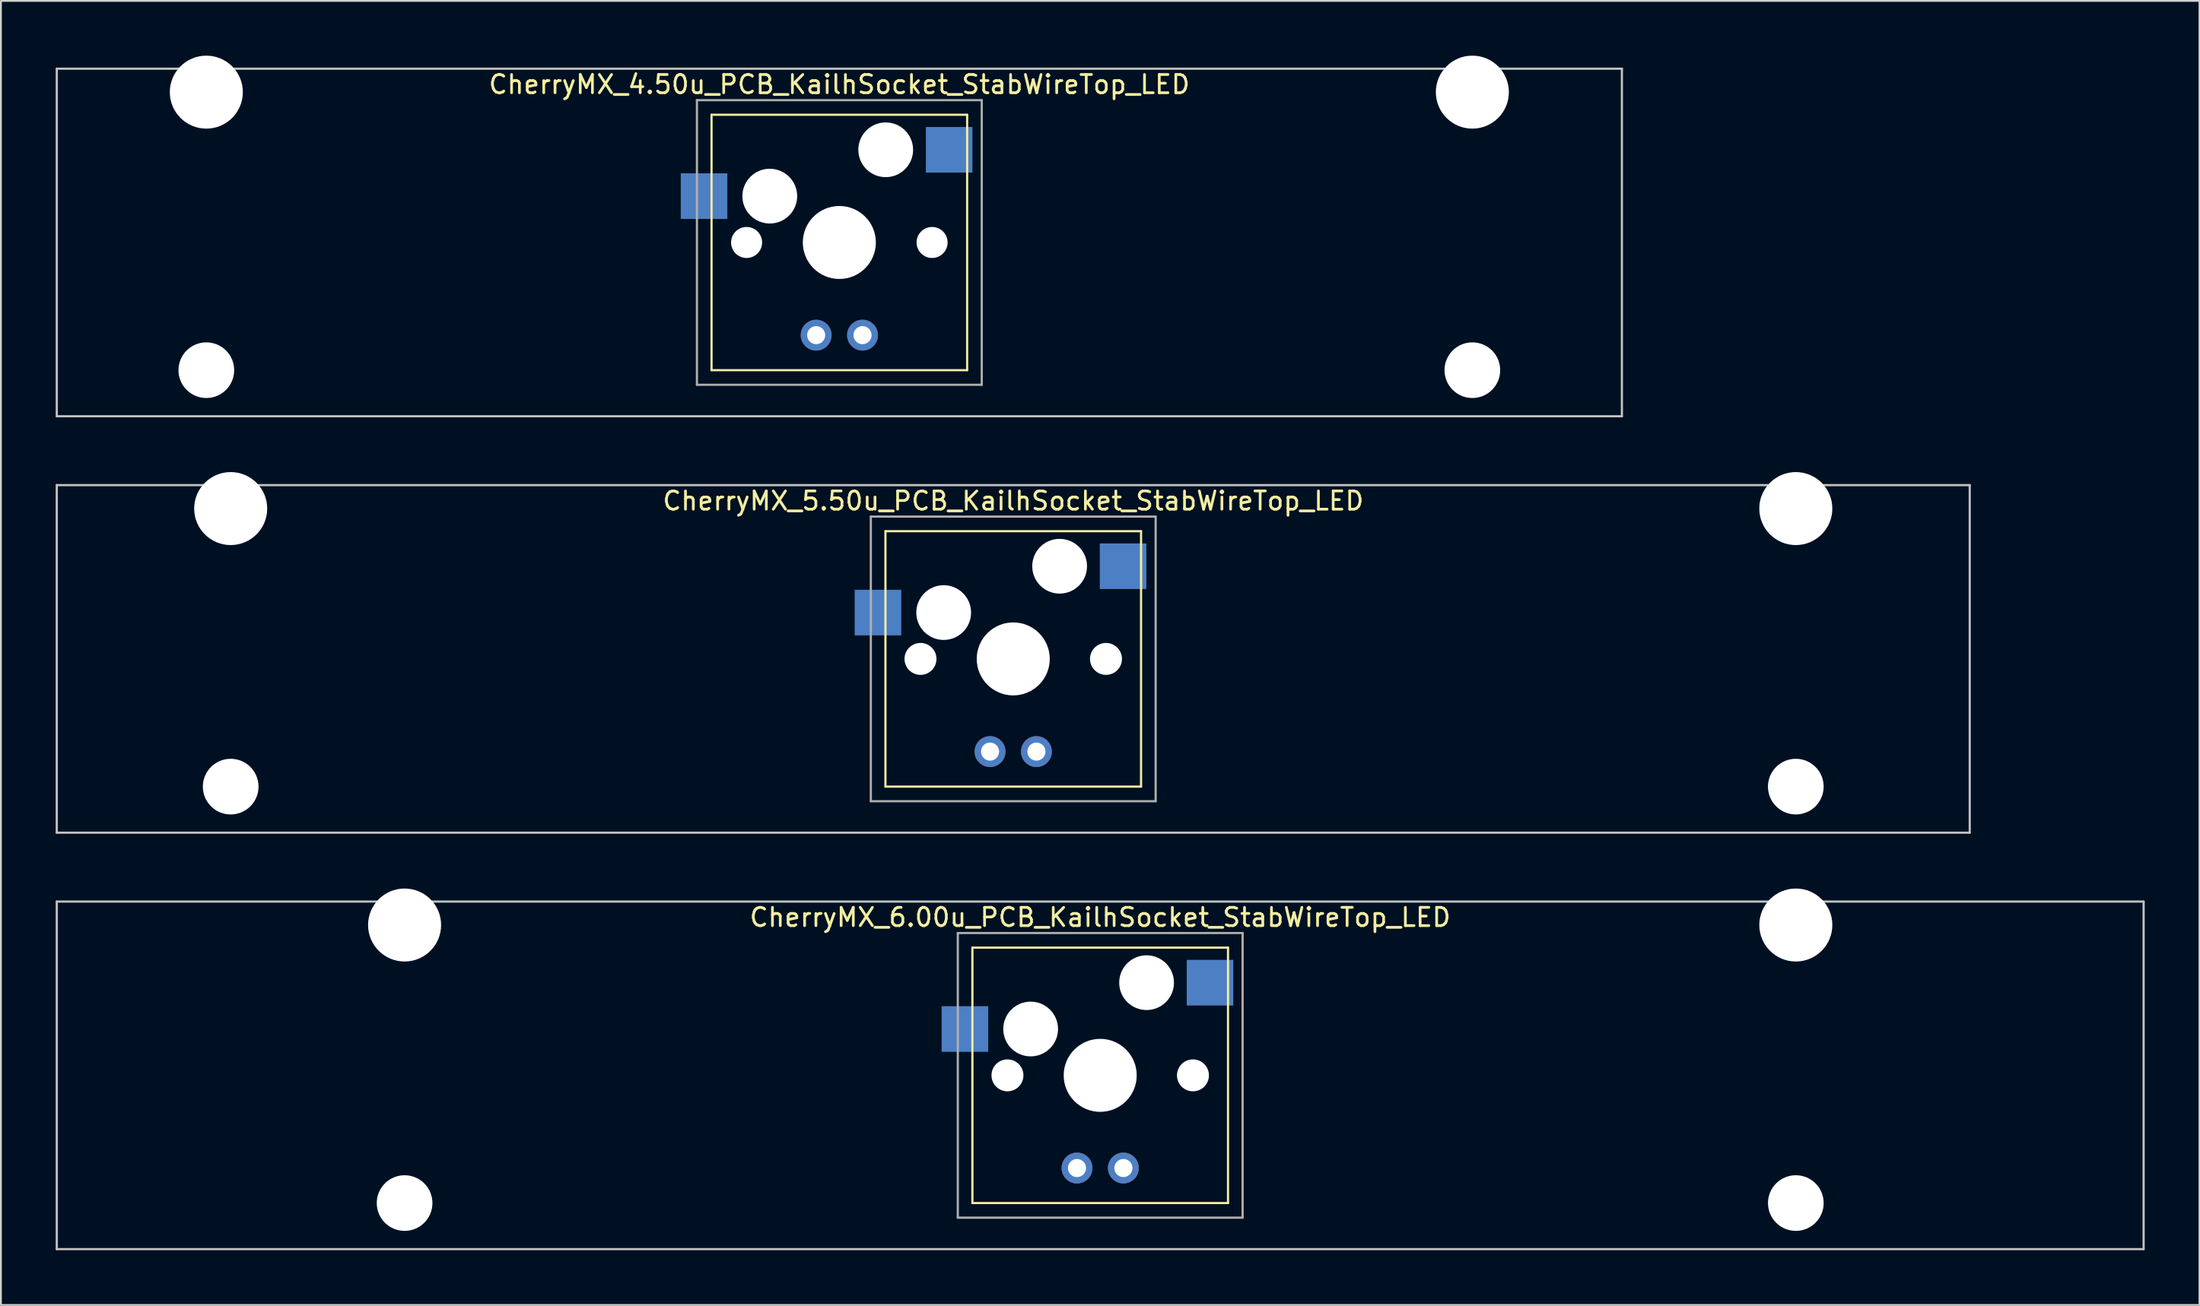
<source format=kicad_pcb>
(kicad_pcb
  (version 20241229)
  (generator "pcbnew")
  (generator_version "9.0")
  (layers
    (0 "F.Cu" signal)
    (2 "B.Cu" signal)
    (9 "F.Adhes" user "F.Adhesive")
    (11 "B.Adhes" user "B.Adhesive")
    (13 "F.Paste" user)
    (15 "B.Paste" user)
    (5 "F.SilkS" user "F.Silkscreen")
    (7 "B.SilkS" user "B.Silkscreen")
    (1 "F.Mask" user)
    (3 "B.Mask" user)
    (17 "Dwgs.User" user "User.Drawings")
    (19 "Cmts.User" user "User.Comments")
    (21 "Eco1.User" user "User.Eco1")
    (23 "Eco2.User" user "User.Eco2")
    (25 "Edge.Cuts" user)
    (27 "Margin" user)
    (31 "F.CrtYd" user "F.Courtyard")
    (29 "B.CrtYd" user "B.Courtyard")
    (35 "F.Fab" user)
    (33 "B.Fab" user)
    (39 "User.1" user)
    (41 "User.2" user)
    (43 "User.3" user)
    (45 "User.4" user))
  (footprint "CherryMX_5.50u_PCB_KailhSocket_StabWireTop_LED"
    (layer "F.Cu")
    (at 52.447 33.065)
    (property "Reference" "CherryMX_5.50u_PCB_KailhSocket_StabWireTop_LED" (at 0 -8.662 0) (layer "F.SilkS") (effects (font (size 1 1) (thickness 0.15))))
    (attr through_hole)
    (fp_line (start -7 -7) (end -7 7) (stroke (width 0.12) (type solid)) (layer "F.SilkS"))
    (fp_line (start -7 -7) (end 7 -7) (stroke (width 0.12) (type solid)) (layer "F.SilkS"))
    (fp_line (start 7 -7) (end 7 7) (stroke (width 0.12) (type solid)) (layer "F.SilkS"))
    (fp_line (start 7 7) (end -7 7) (stroke (width 0.12) (type solid)) (layer "F.SilkS"))
    (fp_line (start -52.388 -9.525) (end 52.388 -9.525) (stroke (width 0.12) (type solid)) (layer "Dwgs.User"))
    (fp_line (start -52.388 9.525) (end -52.388 -9.525) (stroke (width 0.12) (type solid)) (layer "Dwgs.User"))
    (fp_line (start 52.388 -9.525) (end 52.388 9.525) (stroke (width 0.12) (type solid)) (layer "Dwgs.User"))
    (fp_line (start 52.388 9.525) (end -52.388 9.525) (stroke (width 0.12) (type solid)) (layer "Dwgs.User"))
    (fp_line (start -7.8 -7.8) (end -7.8 7.8) (stroke (width 0.12) (type solid)) (layer "F.Fab"))
    (fp_line (start -7.8 -7.8) (end 7.8 -7.8) (stroke (width 0.12) (type solid)) (layer "F.Fab"))
    (fp_line (start -7.8 7.8) (end 7.8 7.8) (stroke (width 0.12) (type solid)) (layer "F.Fab"))
    (fp_line (start 7.8 -7.8) (end 7.8 7.8) (stroke (width 0.12) (type solid)) (layer "F.Fab"))
    (pad "" np_thru_hole circle (at -42.862 -8.24) (size 4 4) (drill 4) (layers "*.Cu" "*.Mask"))
    (pad "" np_thru_hole circle (at -42.862 7) (size 3.05 3.05) (drill 3.05) (layers "*.Cu" "*.Mask"))
    (pad "" np_thru_hole circle (at -5.08 0) (size 1.75 1.75) (drill 1.75) (layers "*.Cu" "*.Mask"))
    (pad "" np_thru_hole circle (at -3.81 -2.54) (size 3 3) (drill 3) (layers "*.Cu" "*.Mask"))
    (pad "" np_thru_hole circle (at 0 0) (size 4 4) (drill 4) (layers "*.Cu" "*.Mask"))
    (pad "" np_thru_hole circle (at 2.54 -5.08) (size 3 3) (drill 3) (layers "*.Cu" "*.Mask"))
    (pad "" np_thru_hole circle (at 5.08 0) (size 1.75 1.75) (drill 1.75) (layers "*.Cu" "*.Mask"))
    (pad "" np_thru_hole circle (at 42.862 -8.24) (size 4 4) (drill 4) (layers "*.Cu" "*.Mask"))
    (pad "" np_thru_hole circle (at 42.862 7) (size 3.05 3.05) (drill 3.05) (layers "*.Cu" "*.Mask"))
    (pad "1" smd rect (at -7.41 -2.54) (size 2.55 2.5) (layers "B.Cu" "B.Mask" "B.Paste"))
    (pad "2" smd rect (at 6.015 -5.08) (size 2.55 2.5) (layers "B.Cu" "B.Mask" "B.Paste"))
    (pad "3" thru_hole circle (at -1.27 5.08) (size 1.691 1.691) (drill 0.991) (layers "*.Cu" "*.Mask"))
    (pad "4" thru_hole circle (at 1.27 5.08) (size 1.691 1.691) (drill 0.991) (layers "*.Cu" "*.Mask")))
  (footprint "CherryMX_4.50u_PCB_KailhSocket_StabWireTop_LED"
    (layer "F.Cu")
    (at 42.922 10.24)
    (property "Reference" "CherryMX_4.50u_PCB_KailhSocket_StabWireTop_LED" (at 0 -8.662 0) (layer "F.SilkS") (effects (font (size 1 1) (thickness 0.15))))
    (attr through_hole)
    (fp_line (start -7 -7) (end -7 7) (stroke (width 0.12) (type solid)) (layer "F.SilkS"))
    (fp_line (start -7 -7) (end 7 -7) (stroke (width 0.12) (type solid)) (layer "F.SilkS"))
    (fp_line (start 7 -7) (end 7 7) (stroke (width 0.12) (type solid)) (layer "F.SilkS"))
    (fp_line (start 7 7) (end -7 7) (stroke (width 0.12) (type solid)) (layer "F.SilkS"))
    (fp_line (start -42.862 -9.525) (end 42.862 -9.525) (stroke (width 0.12) (type solid)) (layer "Dwgs.User"))
    (fp_line (start -42.862 9.525) (end -42.862 -9.525) (stroke (width 0.12) (type solid)) (layer "Dwgs.User"))
    (fp_line (start 42.862 -9.525) (end 42.862 9.525) (stroke (width 0.12) (type solid)) (layer "Dwgs.User"))
    (fp_line (start 42.862 9.525) (end -42.862 9.525) (stroke (width 0.12) (type solid)) (layer "Dwgs.User"))
    (fp_line (start -7.8 -7.8) (end -7.8 7.8) (stroke (width 0.12) (type solid)) (layer "F.Fab"))
    (fp_line (start -7.8 -7.8) (end 7.8 -7.8) (stroke (width 0.12) (type solid)) (layer "F.Fab"))
    (fp_line (start -7.8 7.8) (end 7.8 7.8) (stroke (width 0.12) (type solid)) (layer "F.Fab"))
    (fp_line (start 7.8 -7.8) (end 7.8 7.8) (stroke (width 0.12) (type solid)) (layer "F.Fab"))
    (pad "" np_thru_hole circle (at -34.671 -8.24) (size 4 4) (drill 4) (layers "*.Cu" "*.Mask"))
    (pad "" np_thru_hole circle (at -34.671 7) (size 3.05 3.05) (drill 3.05) (layers "*.Cu" "*.Mask"))
    (pad "" np_thru_hole circle (at -5.08 0) (size 1.7 1.7) (drill 1.7) (layers "*.Cu" "*.Mask"))
    (pad "" np_thru_hole circle (at -3.81 -2.54) (size 3 3) (drill 3) (layers "*.Cu" "*.Mask"))
    (pad "" np_thru_hole circle (at 0 0) (size 4 4) (drill 4) (layers "*.Cu" "*.Mask"))
    (pad "" np_thru_hole circle (at 2.54 -5.08) (size 3 3) (drill 3) (layers "*.Cu" "*.Mask"))
    (pad "" np_thru_hole circle (at 5.08 0) (size 1.7 1.7) (drill 1.7) (layers "*.Cu" "*.Mask"))
    (pad "" np_thru_hole circle (at 34.671 -8.24) (size 4 4) (drill 4) (layers "*.Cu" "*.Mask"))
    (pad "" np_thru_hole circle (at 34.671 7) (size 3.05 3.05) (drill 3.05) (layers "*.Cu" "*.Mask"))
    (pad "1" smd rect (at -7.41 -2.54) (size 2.55 2.5) (layers "B.Cu" "B.Mask" "B.Paste"))
    (pad "2" smd rect (at 6.015 -5.08) (size 2.55 2.5) (layers "B.Cu" "B.Mask" "B.Paste"))
    (pad "3" thru_hole circle (at -1.27 5.08) (size 1.691 1.691) (drill 0.991) (layers "*.Cu" "*.Mask"))
    (pad "4" thru_hole circle (at 1.27 5.08) (size 1.691 1.691) (drill 0.991) (layers "*.Cu" "*.Mask")))
  (footprint "CherryMX_6.00u_PCB_KailhSocket_StabWireTop_LED"
    (layer "F.Cu")
    (at 57.21 55.89)
    (property "Reference" "CherryMX_6.00u_PCB_KailhSocket_StabWireTop_LED" (at 0 -8.662 0) (layer "F.SilkS") (effects (font (size 1 1) (thickness 0.15))))
    (attr through_hole)
    (fp_line (start -7 -7) (end -7 7) (stroke (width 0.12) (type solid)) (layer "F.SilkS"))
    (fp_line (start -7 -7) (end 7 -7) (stroke (width 0.12) (type solid)) (layer "F.SilkS"))
    (fp_line (start 7 -7) (end 7 7) (stroke (width 0.12) (type solid)) (layer "F.SilkS"))
    (fp_line (start 7 7) (end -7 7) (stroke (width 0.12) (type solid)) (layer "F.SilkS"))
    (fp_line (start -57.15 -9.525) (end 57.15 -9.525) (stroke (width 0.12) (type solid)) (layer "Dwgs.User"))
    (fp_line (start -57.15 9.525) (end -57.15 -9.525) (stroke (width 0.12) (type solid)) (layer "Dwgs.User"))
    (fp_line (start 57.15 -9.525) (end 57.15 9.525) (stroke (width 0.12) (type solid)) (layer "Dwgs.User"))
    (fp_line (start 57.15 9.525) (end -57.15 9.525) (stroke (width 0.12) (type solid)) (layer "Dwgs.User"))
    (fp_line (start -7.8 -7.8) (end -7.8 7.8) (stroke (width 0.12) (type solid)) (layer "F.Fab"))
    (fp_line (start -7.8 -7.8) (end 7.8 -7.8) (stroke (width 0.12) (type solid)) (layer "F.Fab"))
    (fp_line (start -7.8 7.8) (end 7.8 7.8) (stroke (width 0.12) (type solid)) (layer "F.Fab"))
    (fp_line (start 7.8 -7.8) (end 7.8 7.8) (stroke (width 0.12) (type solid)) (layer "F.Fab"))
    (pad "" np_thru_hole circle (at -38.1 -8.24) (size 4 4) (drill 4) (layers "*.Cu" "*.Mask"))
    (pad "" np_thru_hole circle (at -38.1 7) (size 3.05 3.05) (drill 3.05) (layers "*.Cu" "*.Mask"))
    (pad "" np_thru_hole circle (at -5.08 0) (size 1.75 1.75) (drill 1.75) (layers "*.Cu" "*.Mask"))
    (pad "" np_thru_hole circle (at -3.81 -2.54) (size 3 3) (drill 3) (layers "*.Cu" "*.Mask"))
    (pad "" np_thru_hole circle (at 0 0) (size 4 4) (drill 4) (layers "*.Cu" "*.Mask"))
    (pad "" np_thru_hole circle (at 2.54 -5.08) (size 3 3) (drill 3) (layers "*.Cu" "*.Mask"))
    (pad "" np_thru_hole circle (at 5.08 0) (size 1.75 1.75) (drill 1.75) (layers "*.Cu" "*.Mask"))
    (pad "" np_thru_hole circle (at 38.1 -8.24) (size 4 4) (drill 4) (layers "*.Cu" "*.Mask"))
    (pad "" np_thru_hole circle (at 38.1 7) (size 3.05 3.05) (drill 3.05) (layers "*.Cu" "*.Mask"))
    (pad "1" smd rect (at -7.41 -2.54) (size 2.55 2.5) (layers "B.Cu" "B.Mask" "B.Paste"))
    (pad "2" smd rect (at 6.015 -5.08) (size 2.55 2.5) (layers "B.Cu" "B.Mask" "B.Paste"))
    (pad "3" thru_hole circle (at -1.27 5.08) (size 1.691 1.691) (drill 0.991) (layers "*.Cu" "*.Mask"))
    (pad "4" thru_hole circle (at 1.27 5.08) (size 1.691 1.691) (drill 0.991) (layers "*.Cu" "*.Mask")))
  (gr_rect
    (start -3 -3)
    (end 117.42 68.475)
    (stroke (width 0.1) (type default))
    (fill no)
    (layer "Edge.Cuts")))
</source>
